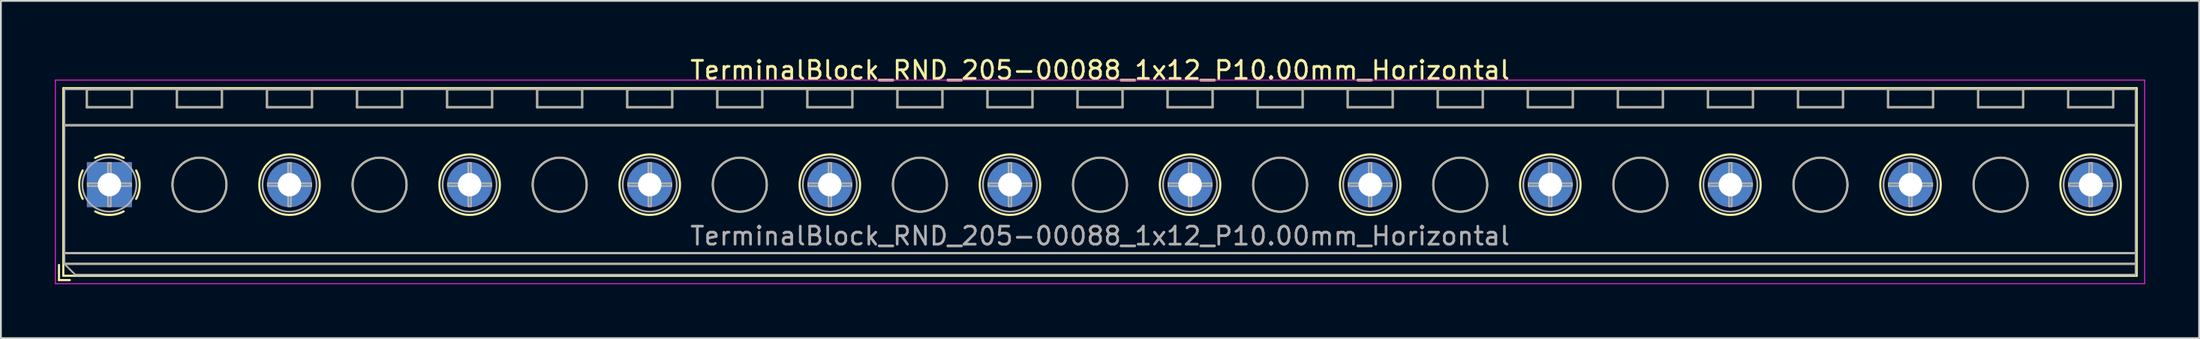
<source format=kicad_pcb>
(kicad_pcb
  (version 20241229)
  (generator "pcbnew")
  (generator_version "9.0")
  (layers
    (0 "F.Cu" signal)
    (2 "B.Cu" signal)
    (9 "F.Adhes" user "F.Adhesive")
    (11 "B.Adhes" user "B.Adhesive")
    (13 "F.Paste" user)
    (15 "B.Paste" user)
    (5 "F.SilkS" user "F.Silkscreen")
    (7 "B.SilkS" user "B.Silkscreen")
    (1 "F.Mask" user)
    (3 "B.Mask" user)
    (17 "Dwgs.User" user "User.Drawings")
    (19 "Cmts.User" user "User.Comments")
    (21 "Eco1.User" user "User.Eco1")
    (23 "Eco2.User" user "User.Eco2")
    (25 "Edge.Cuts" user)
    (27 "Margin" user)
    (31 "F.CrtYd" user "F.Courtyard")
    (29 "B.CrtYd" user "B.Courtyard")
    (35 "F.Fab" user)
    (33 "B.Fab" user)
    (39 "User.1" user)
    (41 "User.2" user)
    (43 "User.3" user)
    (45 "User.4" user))
  (footprint "TerminalBlock_RND_205-00088_1x12_P10.00mm_Horizontal"
    (layer "F.Cu")
    (at 3.025 7.208)
    (property "Reference" "TerminalBlock_RND_205-00088_1x12_P10.00mm_Horizontal" (at 55 -6.36 0) (layer "F.SilkS") (effects (font (size 1 1) (thickness 0.15))))
    (attr through_hole)
    (fp_line (start -2.8 4.46) (end -2.8 5.3) (stroke (width 0.12) (type solid)) (layer "F.SilkS"))
    (fp_line (start -2.8 5.3) (end -2.2 5.3) (stroke (width 0.12) (type solid)) (layer "F.SilkS"))
    (fp_line (start -2.56 -5.36) (end -2.56 5.06) (stroke (width 0.12) (type solid)) (layer "F.SilkS"))
    (fp_line (start -2.56 -5.36) (end 112.56 -5.36) (stroke (width 0.12) (type solid)) (layer "F.SilkS"))
    (fp_line (start -2.56 -3.301) (end 112.56 -3.301) (stroke (width 0.12) (type solid)) (layer "F.SilkS"))
    (fp_line (start -2.56 3.8) (end 112.56 3.8) (stroke (width 0.12) (type solid)) (layer "F.SilkS"))
    (fp_line (start -2.56 4.4) (end 112.56 4.4) (stroke (width 0.12) (type solid)) (layer "F.SilkS"))
    (fp_line (start -2.56 5.06) (end 112.56 5.06) (stroke (width 0.12) (type solid)) (layer "F.SilkS"))
    (fp_line (start -1.25 -5.301) (end -1.25 -4.301) (stroke (width 0.12) (type solid)) (layer "F.SilkS"))
    (fp_line (start -1.25 -5.301) (end 1.25 -5.301) (stroke (width 0.12) (type solid)) (layer "F.SilkS"))
    (fp_line (start -1.25 -4.301) (end 1.25 -4.301) (stroke (width 0.12) (type solid)) (layer "F.SilkS"))
    (fp_line (start 1.25 -5.301) (end 1.25 -4.301) (stroke (width 0.12) (type solid)) (layer "F.SilkS"))
    (fp_line (start 3.75 -5.301) (end 3.75 -4.301) (stroke (width 0.12) (type solid)) (layer "F.SilkS"))
    (fp_line (start 3.75 -5.301) (end 6.25 -5.301) (stroke (width 0.12) (type solid)) (layer "F.SilkS"))
    (fp_line (start 3.75 -4.301) (end 6.25 -4.301) (stroke (width 0.12) (type solid)) (layer "F.SilkS"))
    (fp_line (start 6.25 -5.301) (end 6.25 -4.301) (stroke (width 0.12) (type solid)) (layer "F.SilkS"))
    (fp_line (start 8.75 -5.301) (end 8.75 -4.301) (stroke (width 0.12) (type solid)) (layer "F.SilkS"))
    (fp_line (start 8.75 -5.301) (end 11.25 -5.301) (stroke (width 0.12) (type solid)) (layer "F.SilkS"))
    (fp_line (start 8.75 -4.301) (end 11.25 -4.301) (stroke (width 0.12) (type solid)) (layer "F.SilkS"))
    (fp_line (start 11.25 -5.301) (end 11.25 -4.301) (stroke (width 0.12) (type solid)) (layer "F.SilkS"))
    (fp_line (start 13.75 -5.301) (end 13.75 -4.301) (stroke (width 0.12) (type solid)) (layer "F.SilkS"))
    (fp_line (start 13.75 -5.301) (end 16.25 -5.301) (stroke (width 0.12) (type solid)) (layer "F.SilkS"))
    (fp_line (start 13.75 -4.301) (end 16.25 -4.301) (stroke (width 0.12) (type solid)) (layer "F.SilkS"))
    (fp_line (start 16.25 -5.301) (end 16.25 -4.301) (stroke (width 0.12) (type solid)) (layer "F.SilkS"))
    (fp_line (start 18.75 -5.301) (end 18.75 -4.301) (stroke (width 0.12) (type solid)) (layer "F.SilkS"))
    (fp_line (start 18.75 -5.301) (end 21.25 -5.301) (stroke (width 0.12) (type solid)) (layer "F.SilkS"))
    (fp_line (start 18.75 -4.301) (end 21.25 -4.301) (stroke (width 0.12) (type solid)) (layer "F.SilkS"))
    (fp_line (start 21.25 -5.301) (end 21.25 -4.301) (stroke (width 0.12) (type solid)) (layer "F.SilkS"))
    (fp_line (start 23.75 -5.301) (end 23.75 -4.301) (stroke (width 0.12) (type solid)) (layer "F.SilkS"))
    (fp_line (start 23.75 -5.301) (end 26.25 -5.301) (stroke (width 0.12) (type solid)) (layer "F.SilkS"))
    (fp_line (start 23.75 -4.301) (end 26.25 -4.301) (stroke (width 0.12) (type solid)) (layer "F.SilkS"))
    (fp_line (start 26.25 -5.301) (end 26.25 -4.301) (stroke (width 0.12) (type solid)) (layer "F.SilkS"))
    (fp_line (start 28.75 -5.301) (end 28.75 -4.301) (stroke (width 0.12) (type solid)) (layer "F.SilkS"))
    (fp_line (start 28.75 -5.301) (end 31.25 -5.301) (stroke (width 0.12) (type solid)) (layer "F.SilkS"))
    (fp_line (start 28.75 -4.301) (end 31.25 -4.301) (stroke (width 0.12) (type solid)) (layer "F.SilkS"))
    (fp_line (start 31.25 -5.301) (end 31.25 -4.301) (stroke (width 0.12) (type solid)) (layer "F.SilkS"))
    (fp_line (start 33.75 -5.301) (end 33.75 -4.301) (stroke (width 0.12) (type solid)) (layer "F.SilkS"))
    (fp_line (start 33.75 -5.301) (end 36.25 -5.301) (stroke (width 0.12) (type solid)) (layer "F.SilkS"))
    (fp_line (start 33.75 -4.301) (end 36.25 -4.301) (stroke (width 0.12) (type solid)) (layer "F.SilkS"))
    (fp_line (start 36.25 -5.301) (end 36.25 -4.301) (stroke (width 0.12) (type solid)) (layer "F.SilkS"))
    (fp_line (start 38.75 -5.301) (end 38.75 -4.301) (stroke (width 0.12) (type solid)) (layer "F.SilkS"))
    (fp_line (start 38.75 -5.301) (end 41.25 -5.301) (stroke (width 0.12) (type solid)) (layer "F.SilkS"))
    (fp_line (start 38.75 -4.301) (end 41.25 -4.301) (stroke (width 0.12) (type solid)) (layer "F.SilkS"))
    (fp_line (start 41.25 -5.301) (end 41.25 -4.301) (stroke (width 0.12) (type solid)) (layer "F.SilkS"))
    (fp_line (start 43.75 -5.301) (end 43.75 -4.301) (stroke (width 0.12) (type solid)) (layer "F.SilkS"))
    (fp_line (start 43.75 -5.301) (end 46.25 -5.301) (stroke (width 0.12) (type solid)) (layer "F.SilkS"))
    (fp_line (start 43.75 -4.301) (end 46.25 -4.301) (stroke (width 0.12) (type solid)) (layer "F.SilkS"))
    (fp_line (start 46.25 -5.301) (end 46.25 -4.301) (stroke (width 0.12) (type solid)) (layer "F.SilkS"))
    (fp_line (start 48.75 -5.301) (end 48.75 -4.301) (stroke (width 0.12) (type solid)) (layer "F.SilkS"))
    (fp_line (start 48.75 -5.301) (end 51.25 -5.301) (stroke (width 0.12) (type solid)) (layer "F.SilkS"))
    (fp_line (start 48.75 -4.301) (end 51.25 -4.301) (stroke (width 0.12) (type solid)) (layer "F.SilkS"))
    (fp_line (start 51.25 -5.301) (end 51.25 -4.301) (stroke (width 0.12) (type solid)) (layer "F.SilkS"))
    (fp_line (start 53.75 -5.301) (end 53.75 -4.301) (stroke (width 0.12) (type solid)) (layer "F.SilkS"))
    (fp_line (start 53.75 -5.301) (end 56.25 -5.301) (stroke (width 0.12) (type solid)) (layer "F.SilkS"))
    (fp_line (start 53.75 -4.301) (end 56.25 -4.301) (stroke (width 0.12) (type solid)) (layer "F.SilkS"))
    (fp_line (start 56.25 -5.301) (end 56.25 -4.301) (stroke (width 0.12) (type solid)) (layer "F.SilkS"))
    (fp_line (start 58.75 -5.301) (end 58.75 -4.301) (stroke (width 0.12) (type solid)) (layer "F.SilkS"))
    (fp_line (start 58.75 -5.301) (end 61.25 -5.301) (stroke (width 0.12) (type solid)) (layer "F.SilkS"))
    (fp_line (start 58.75 -4.301) (end 61.25 -4.301) (stroke (width 0.12) (type solid)) (layer "F.SilkS"))
    (fp_line (start 61.25 -5.301) (end 61.25 -4.301) (stroke (width 0.12) (type solid)) (layer "F.SilkS"))
    (fp_line (start 63.75 -5.301) (end 63.75 -4.301) (stroke (width 0.12) (type solid)) (layer "F.SilkS"))
    (fp_line (start 63.75 -5.301) (end 66.25 -5.301) (stroke (width 0.12) (type solid)) (layer "F.SilkS"))
    (fp_line (start 63.75 -4.301) (end 66.25 -4.301) (stroke (width 0.12) (type solid)) (layer "F.SilkS"))
    (fp_line (start 66.25 -5.301) (end 66.25 -4.301) (stroke (width 0.12) (type solid)) (layer "F.SilkS"))
    (fp_line (start 68.75 -5.301) (end 68.75 -4.301) (stroke (width 0.12) (type solid)) (layer "F.SilkS"))
    (fp_line (start 68.75 -5.301) (end 71.25 -5.301) (stroke (width 0.12) (type solid)) (layer "F.SilkS"))
    (fp_line (start 68.75 -4.301) (end 71.25 -4.301) (stroke (width 0.12) (type solid)) (layer "F.SilkS"))
    (fp_line (start 71.25 -5.301) (end 71.25 -4.301) (stroke (width 0.12) (type solid)) (layer "F.SilkS"))
    (fp_line (start 73.75 -5.301) (end 73.75 -4.301) (stroke (width 0.12) (type solid)) (layer "F.SilkS"))
    (fp_line (start 73.75 -5.301) (end 76.25 -5.301) (stroke (width 0.12) (type solid)) (layer "F.SilkS"))
    (fp_line (start 73.75 -4.301) (end 76.25 -4.301) (stroke (width 0.12) (type solid)) (layer "F.SilkS"))
    (fp_line (start 76.25 -5.301) (end 76.25 -4.301) (stroke (width 0.12) (type solid)) (layer "F.SilkS"))
    (fp_line (start 78.75 -5.301) (end 78.75 -4.301) (stroke (width 0.12) (type solid)) (layer "F.SilkS"))
    (fp_line (start 78.75 -5.301) (end 81.25 -5.301) (stroke (width 0.12) (type solid)) (layer "F.SilkS"))
    (fp_line (start 78.75 -4.301) (end 81.25 -4.301) (stroke (width 0.12) (type solid)) (layer "F.SilkS"))
    (fp_line (start 81.25 -5.301) (end 81.25 -4.301) (stroke (width 0.12) (type solid)) (layer "F.SilkS"))
    (fp_line (start 83.75 -5.301) (end 83.75 -4.301) (stroke (width 0.12) (type solid)) (layer "F.SilkS"))
    (fp_line (start 83.75 -5.301) (end 86.25 -5.301) (stroke (width 0.12) (type solid)) (layer "F.SilkS"))
    (fp_line (start 83.75 -4.301) (end 86.25 -4.301) (stroke (width 0.12) (type solid)) (layer "F.SilkS"))
    (fp_line (start 86.25 -5.301) (end 86.25 -4.301) (stroke (width 0.12) (type solid)) (layer "F.SilkS"))
    (fp_line (start 88.75 -5.301) (end 88.75 -4.301) (stroke (width 0.12) (type solid)) (layer "F.SilkS"))
    (fp_line (start 88.75 -5.301) (end 91.25 -5.301) (stroke (width 0.12) (type solid)) (layer "F.SilkS"))
    (fp_line (start 88.75 -4.301) (end 91.25 -4.301) (stroke (width 0.12) (type solid)) (layer "F.SilkS"))
    (fp_line (start 91.25 -5.301) (end 91.25 -4.301) (stroke (width 0.12) (type solid)) (layer "F.SilkS"))
    (fp_line (start 93.75 -5.301) (end 93.75 -4.301) (stroke (width 0.12) (type solid)) (layer "F.SilkS"))
    (fp_line (start 93.75 -5.301) (end 96.25 -5.301) (stroke (width 0.12) (type solid)) (layer "F.SilkS"))
    (fp_line (start 93.75 -4.301) (end 96.25 -4.301) (stroke (width 0.12) (type solid)) (layer "F.SilkS"))
    (fp_line (start 96.25 -5.301) (end 96.25 -4.301) (stroke (width 0.12) (type solid)) (layer "F.SilkS"))
    (fp_line (start 98.75 -5.301) (end 98.75 -4.301) (stroke (width 0.12) (type solid)) (layer "F.SilkS"))
    (fp_line (start 98.75 -5.301) (end 101.25 -5.301) (stroke (width 0.12) (type solid)) (layer "F.SilkS"))
    (fp_line (start 98.75 -4.301) (end 101.25 -4.301) (stroke (width 0.12) (type solid)) (layer "F.SilkS"))
    (fp_line (start 101.25 -5.301) (end 101.25 -4.301) (stroke (width 0.12) (type solid)) (layer "F.SilkS"))
    (fp_line (start 103.75 -5.301) (end 103.75 -4.301) (stroke (width 0.12) (type solid)) (layer "F.SilkS"))
    (fp_line (start 103.75 -5.301) (end 106.25 -5.301) (stroke (width 0.12) (type solid)) (layer "F.SilkS"))
    (fp_line (start 103.75 -4.301) (end 106.25 -4.301) (stroke (width 0.12) (type solid)) (layer "F.SilkS"))
    (fp_line (start 106.25 -5.301) (end 106.25 -4.301) (stroke (width 0.12) (type solid)) (layer "F.SilkS"))
    (fp_line (start 108.75 -5.301) (end 108.75 -4.301) (stroke (width 0.12) (type solid)) (layer "F.SilkS"))
    (fp_line (start 108.75 -5.301) (end 111.25 -5.301) (stroke (width 0.12) (type solid)) (layer "F.SilkS"))
    (fp_line (start 108.75 -4.301) (end 111.25 -4.301) (stroke (width 0.12) (type solid)) (layer "F.SilkS"))
    (fp_line (start 111.25 -5.301) (end 111.25 -4.301) (stroke (width 0.12) (type solid)) (layer "F.SilkS"))
    (fp_line (start 112.56 -5.36) (end 112.56 5.06) (stroke (width 0.12) (type solid)) (layer "F.SilkS"))
    (fp_arc (start -1.483953 0.789089) (mid -1.680708 0.00005) (end -1.484 -0.789) (stroke (width 0.12) (type solid)) (layer "F.SilkS"))
    (fp_arc (start -0.789089 -1.483953) (mid -0.00005 -1.680708) (end 0.789 -1.484) (stroke (width 0.12) (type solid)) (layer "F.SilkS"))
    (fp_arc (start 0.029383 1.68045) (mid -0.392304 1.634281) (end -0.789 1.484) (stroke (width 0.12) (type solid)) (layer "F.SilkS"))
    (fp_arc (start 0.788712 1.483352) (mid 0.406429 1.630097) (end 0 1.68) (stroke (width 0.12) (type solid)) (layer "F.SilkS"))
    (fp_arc (start 1.483953 -0.789089) (mid 1.680708 -0.00005) (end 1.484 0.789) (stroke (width 0.12) (type solid)) (layer "F.SilkS"))
    (fp_circle (center 5 0) (end 6.5 0) (stroke (width 0.12) (type solid)) (fill no) (layer "F.SilkS"))
    (fp_circle (center 10 0) (end 11.68 0) (stroke (width 0.12) (type solid)) (fill no) (layer "F.SilkS"))
    (fp_circle (center 15 0) (end 16.5 0) (stroke (width 0.12) (type solid)) (fill no) (layer "F.SilkS"))
    (fp_circle (center 20 0) (end 21.68 0) (stroke (width 0.12) (type solid)) (fill no) (layer "F.SilkS"))
    (fp_circle (center 25 0) (end 26.5 0) (stroke (width 0.12) (type solid)) (fill no) (layer "F.SilkS"))
    (fp_circle (center 30 0) (end 31.68 0) (stroke (width 0.12) (type solid)) (fill no) (layer "F.SilkS"))
    (fp_circle (center 35 0) (end 36.5 0) (stroke (width 0.12) (type solid)) (fill no) (layer "F.SilkS"))
    (fp_circle (center 40 0) (end 41.68 0) (stroke (width 0.12) (type solid)) (fill no) (layer "F.SilkS"))
    (fp_circle (center 45 0) (end 46.5 0) (stroke (width 0.12) (type solid)) (fill no) (layer "F.SilkS"))
    (fp_circle (center 50 0) (end 51.68 0) (stroke (width 0.12) (type solid)) (fill no) (layer "F.SilkS"))
    (fp_circle (center 55 0) (end 56.5 0) (stroke (width 0.12) (type solid)) (fill no) (layer "F.SilkS"))
    (fp_circle (center 60 0) (end 61.68 0) (stroke (width 0.12) (type solid)) (fill no) (layer "F.SilkS"))
    (fp_circle (center 65 0) (end 66.5 0) (stroke (width 0.12) (type solid)) (fill no) (layer "F.SilkS"))
    (fp_circle (center 70 0) (end 71.68 0) (stroke (width 0.12) (type solid)) (fill no) (layer "F.SilkS"))
    (fp_circle (center 75 0) (end 76.5 0) (stroke (width 0.12) (type solid)) (fill no) (layer "F.SilkS"))
    (fp_circle (center 80 0) (end 81.68 0) (stroke (width 0.12) (type solid)) (fill no) (layer "F.SilkS"))
    (fp_circle (center 85 0) (end 86.5 0) (stroke (width 0.12) (type solid)) (fill no) (layer "F.SilkS"))
    (fp_circle (center 90 0) (end 91.68 0) (stroke (width 0.12) (type solid)) (fill no) (layer "F.SilkS"))
    (fp_circle (center 95 0) (end 96.5 0) (stroke (width 0.12) (type solid)) (fill no) (layer "F.SilkS"))
    (fp_circle (center 100 0) (end 101.68 0) (stroke (width 0.12) (type solid)) (fill no) (layer "F.SilkS"))
    (fp_circle (center 105 0) (end 106.5 0) (stroke (width 0.12) (type solid)) (fill no) (layer "F.SilkS"))
    (fp_circle (center 110 0) (end 111.68 0) (stroke (width 0.12) (type solid)) (fill no) (layer "F.SilkS"))
    (fp_line (start -3 -5.81) (end -3 5.5) (stroke (width 0.05) (type solid)) (layer "F.CrtYd"))
    (fp_line (start -3 5.5) (end 113 5.5) (stroke (width 0.05) (type solid)) (layer "F.CrtYd"))
    (fp_line (start 113 -5.81) (end -3 -5.81) (stroke (width 0.05) (type solid)) (layer "F.CrtYd"))
    (fp_line (start 113 5.5) (end 113 -5.81) (stroke (width 0.05) (type solid)) (layer "F.CrtYd"))
    (fp_line (start -2.5 -5.3) (end 112.5 -5.3) (stroke (width 0.1) (type solid)) (layer "F.Fab"))
    (fp_line (start -2.5 -3.3) (end 112.5 -3.3) (stroke (width 0.1) (type solid)) (layer "F.Fab"))
    (fp_line (start -2.5 3.8) (end 112.5 3.8) (stroke (width 0.1) (type solid)) (layer "F.Fab"))
    (fp_line (start -2.5 4.4) (end -2.5 -5.3) (stroke (width 0.1) (type solid)) (layer "F.Fab"))
    (fp_line (start -2.5 4.4) (end 112.5 4.4) (stroke (width 0.1) (type solid)) (layer "F.Fab"))
    (fp_line (start -1.9 5) (end -2.5 4.4) (stroke (width 0.1) (type solid)) (layer "F.Fab"))
    (fp_line (start -1.25 -5.3) (end -1.25 -4.3) (stroke (width 0.1) (type solid)) (layer "F.Fab"))
    (fp_line (start -1.25 -4.3) (end 1.25 -4.3) (stroke (width 0.1) (type solid)) (layer "F.Fab"))
    (fp_line (start -1.201 -0.076) (end -0.076 -0.076) (stroke (width 0.1) (type solid)) (layer "F.Fab"))
    (fp_line (start -1.201 0.076) (end -1.201 -0.076) (stroke (width 0.1) (type solid)) (layer "F.Fab"))
    (fp_line (start -0.076 -1.201) (end 0.076 -1.201) (stroke (width 0.1) (type solid)) (layer "F.Fab"))
    (fp_line (start -0.076 -0.076) (end -0.076 -1.201) (stroke (width 0.1) (type solid)) (layer "F.Fab"))
    (fp_line (start -0.076 0.076) (end -1.201 0.076) (stroke (width 0.1) (type solid)) (layer "F.Fab"))
    (fp_line (start -0.076 1.201) (end -0.076 0.076) (stroke (width 0.1) (type solid)) (layer "F.Fab"))
    (fp_line (start 0.076 -1.201) (end 0.076 -0.076) (stroke (width 0.1) (type solid)) (layer "F.Fab"))
    (fp_line (start 0.076 -0.076) (end 1.201 -0.076) (stroke (width 0.1) (type solid)) (layer "F.Fab"))
    (fp_line (start 0.076 0.076) (end 0.076 1.201) (stroke (width 0.1) (type solid)) (layer "F.Fab"))
    (fp_line (start 0.076 1.201) (end -0.076 1.201) (stroke (width 0.1) (type solid)) (layer "F.Fab"))
    (fp_line (start 1.201 -0.076) (end 1.201 0.076) (stroke (width 0.1) (type solid)) (layer "F.Fab"))
    (fp_line (start 1.201 0.076) (end 0.076 0.076) (stroke (width 0.1) (type solid)) (layer "F.Fab"))
    (fp_line (start 1.25 -5.3) (end -1.25 -5.3) (stroke (width 0.1) (type solid)) (layer "F.Fab"))
    (fp_line (start 1.25 -4.3) (end 1.25 -5.3) (stroke (width 0.1) (type solid)) (layer "F.Fab"))
    (fp_line (start 3.75 -5.3) (end 3.75 -4.3) (stroke (width 0.1) (type solid)) (layer "F.Fab"))
    (fp_line (start 3.75 -4.3) (end 6.25 -4.3) (stroke (width 0.1) (type solid)) (layer "F.Fab"))
    (fp_line (start 6.25 -5.3) (end 3.75 -5.3) (stroke (width 0.1) (type solid)) (layer "F.Fab"))
    (fp_line (start 6.25 -4.3) (end 6.25 -5.3) (stroke (width 0.1) (type solid)) (layer "F.Fab"))
    (fp_line (start 8.75 -5.3) (end 8.75 -4.3) (stroke (width 0.1) (type solid)) (layer "F.Fab"))
    (fp_line (start 8.75 -4.3) (end 11.25 -4.3) (stroke (width 0.1) (type solid)) (layer "F.Fab"))
    (fp_line (start 8.799 -0.076) (end 9.924 -0.076) (stroke (width 0.1) (type solid)) (layer "F.Fab"))
    (fp_line (start 8.799 0.076) (end 8.799 -0.076) (stroke (width 0.1) (type solid)) (layer "F.Fab"))
    (fp_line (start 9.924 -1.201) (end 10.076 -1.201) (stroke (width 0.1) (type solid)) (layer "F.Fab"))
    (fp_line (start 9.924 -0.076) (end 9.924 -1.201) (stroke (width 0.1) (type solid)) (layer "F.Fab"))
    (fp_line (start 9.924 0.076) (end 8.799 0.076) (stroke (width 0.1) (type solid)) (layer "F.Fab"))
    (fp_line (start 9.924 1.201) (end 9.924 0.076) (stroke (width 0.1) (type solid)) (layer "F.Fab"))
    (fp_line (start 10.076 -1.201) (end 10.076 -0.076) (stroke (width 0.1) (type solid)) (layer "F.Fab"))
    (fp_line (start 10.076 -0.076) (end 11.201 -0.076) (stroke (width 0.1) (type solid)) (layer "F.Fab"))
    (fp_line (start 10.076 0.076) (end 10.076 1.201) (stroke (width 0.1) (type solid)) (layer "F.Fab"))
    (fp_line (start 10.076 1.201) (end 9.924 1.201) (stroke (width 0.1) (type solid)) (layer "F.Fab"))
    (fp_line (start 11.201 -0.076) (end 11.201 0.076) (stroke (width 0.1) (type solid)) (layer "F.Fab"))
    (fp_line (start 11.201 0.076) (end 10.076 0.076) (stroke (width 0.1) (type solid)) (layer "F.Fab"))
    (fp_line (start 11.25 -5.3) (end 8.75 -5.3) (stroke (width 0.1) (type solid)) (layer "F.Fab"))
    (fp_line (start 11.25 -4.3) (end 11.25 -5.3) (stroke (width 0.1) (type solid)) (layer "F.Fab"))
    (fp_line (start 13.75 -5.3) (end 13.75 -4.3) (stroke (width 0.1) (type solid)) (layer "F.Fab"))
    (fp_line (start 13.75 -4.3) (end 16.25 -4.3) (stroke (width 0.1) (type solid)) (layer "F.Fab"))
    (fp_line (start 16.25 -5.3) (end 13.75 -5.3) (stroke (width 0.1) (type solid)) (layer "F.Fab"))
    (fp_line (start 16.25 -4.3) (end 16.25 -5.3) (stroke (width 0.1) (type solid)) (layer "F.Fab"))
    (fp_line (start 18.75 -5.3) (end 18.75 -4.3) (stroke (width 0.1) (type solid)) (layer "F.Fab"))
    (fp_line (start 18.75 -4.3) (end 21.25 -4.3) (stroke (width 0.1) (type solid)) (layer "F.Fab"))
    (fp_line (start 18.799 -0.076) (end 19.924 -0.076) (stroke (width 0.1) (type solid)) (layer "F.Fab"))
    (fp_line (start 18.799 0.076) (end 18.799 -0.076) (stroke (width 0.1) (type solid)) (layer "F.Fab"))
    (fp_line (start 19.924 -1.201) (end 20.076 -1.201) (stroke (width 0.1) (type solid)) (layer "F.Fab"))
    (fp_line (start 19.924 -0.076) (end 19.924 -1.201) (stroke (width 0.1) (type solid)) (layer "F.Fab"))
    (fp_line (start 19.924 0.076) (end 18.799 0.076) (stroke (width 0.1) (type solid)) (layer "F.Fab"))
    (fp_line (start 19.924 1.201) (end 19.924 0.076) (stroke (width 0.1) (type solid)) (layer "F.Fab"))
    (fp_line (start 20.076 -1.201) (end 20.076 -0.076) (stroke (width 0.1) (type solid)) (layer "F.Fab"))
    (fp_line (start 20.076 -0.076) (end 21.201 -0.076) (stroke (width 0.1) (type solid)) (layer "F.Fab"))
    (fp_line (start 20.076 0.076) (end 20.076 1.201) (stroke (width 0.1) (type solid)) (layer "F.Fab"))
    (fp_line (start 20.076 1.201) (end 19.924 1.201) (stroke (width 0.1) (type solid)) (layer "F.Fab"))
    (fp_line (start 21.201 -0.076) (end 21.201 0.076) (stroke (width 0.1) (type solid)) (layer "F.Fab"))
    (fp_line (start 21.201 0.076) (end 20.076 0.076) (stroke (width 0.1) (type solid)) (layer "F.Fab"))
    (fp_line (start 21.25 -5.3) (end 18.75 -5.3) (stroke (width 0.1) (type solid)) (layer "F.Fab"))
    (fp_line (start 21.25 -4.3) (end 21.25 -5.3) (stroke (width 0.1) (type solid)) (layer "F.Fab"))
    (fp_line (start 23.75 -5.3) (end 23.75 -4.3) (stroke (width 0.1) (type solid)) (layer "F.Fab"))
    (fp_line (start 23.75 -4.3) (end 26.25 -4.3) (stroke (width 0.1) (type solid)) (layer "F.Fab"))
    (fp_line (start 26.25 -5.3) (end 23.75 -5.3) (stroke (width 0.1) (type solid)) (layer "F.Fab"))
    (fp_line (start 26.25 -4.3) (end 26.25 -5.3) (stroke (width 0.1) (type solid)) (layer "F.Fab"))
    (fp_line (start 28.75 -5.3) (end 28.75 -4.3) (stroke (width 0.1) (type solid)) (layer "F.Fab"))
    (fp_line (start 28.75 -4.3) (end 31.25 -4.3) (stroke (width 0.1) (type solid)) (layer "F.Fab"))
    (fp_line (start 28.799 -0.076) (end 29.924 -0.076) (stroke (width 0.1) (type solid)) (layer "F.Fab"))
    (fp_line (start 28.799 0.076) (end 28.799 -0.076) (stroke (width 0.1) (type solid)) (layer "F.Fab"))
    (fp_line (start 29.924 -1.201) (end 30.076 -1.201) (stroke (width 0.1) (type solid)) (layer "F.Fab"))
    (fp_line (start 29.924 -0.076) (end 29.924 -1.201) (stroke (width 0.1) (type solid)) (layer "F.Fab"))
    (fp_line (start 29.924 0.076) (end 28.799 0.076) (stroke (width 0.1) (type solid)) (layer "F.Fab"))
    (fp_line (start 29.924 1.201) (end 29.924 0.076) (stroke (width 0.1) (type solid)) (layer "F.Fab"))
    (fp_line (start 30.076 -1.201) (end 30.076 -0.076) (stroke (width 0.1) (type solid)) (layer "F.Fab"))
    (fp_line (start 30.076 -0.076) (end 31.201 -0.076) (stroke (width 0.1) (type solid)) (layer "F.Fab"))
    (fp_line (start 30.076 0.076) (end 30.076 1.201) (stroke (width 0.1) (type solid)) (layer "F.Fab"))
    (fp_line (start 30.076 1.201) (end 29.924 1.201) (stroke (width 0.1) (type solid)) (layer "F.Fab"))
    (fp_line (start 31.201 -0.076) (end 31.201 0.076) (stroke (width 0.1) (type solid)) (layer "F.Fab"))
    (fp_line (start 31.201 0.076) (end 30.076 0.076) (stroke (width 0.1) (type solid)) (layer "F.Fab"))
    (fp_line (start 31.25 -5.3) (end 28.75 -5.3) (stroke (width 0.1) (type solid)) (layer "F.Fab"))
    (fp_line (start 31.25 -4.3) (end 31.25 -5.3) (stroke (width 0.1) (type solid)) (layer "F.Fab"))
    (fp_line (start 33.75 -5.3) (end 33.75 -4.3) (stroke (width 0.1) (type solid)) (layer "F.Fab"))
    (fp_line (start 33.75 -4.3) (end 36.25 -4.3) (stroke (width 0.1) (type solid)) (layer "F.Fab"))
    (fp_line (start 36.25 -5.3) (end 33.75 -5.3) (stroke (width 0.1) (type solid)) (layer "F.Fab"))
    (fp_line (start 36.25 -4.3) (end 36.25 -5.3) (stroke (width 0.1) (type solid)) (layer "F.Fab"))
    (fp_line (start 38.75 -5.3) (end 38.75 -4.3) (stroke (width 0.1) (type solid)) (layer "F.Fab"))
    (fp_line (start 38.75 -4.3) (end 41.25 -4.3) (stroke (width 0.1) (type solid)) (layer "F.Fab"))
    (fp_line (start 38.799 -0.076) (end 39.924 -0.076) (stroke (width 0.1) (type solid)) (layer "F.Fab"))
    (fp_line (start 38.799 0.076) (end 38.799 -0.076) (stroke (width 0.1) (type solid)) (layer "F.Fab"))
    (fp_line (start 39.924 -1.201) (end 40.076 -1.201) (stroke (width 0.1) (type solid)) (layer "F.Fab"))
    (fp_line (start 39.924 -0.076) (end 39.924 -1.201) (stroke (width 0.1) (type solid)) (layer "F.Fab"))
    (fp_line (start 39.924 0.076) (end 38.799 0.076) (stroke (width 0.1) (type solid)) (layer "F.Fab"))
    (fp_line (start 39.924 1.201) (end 39.924 0.076) (stroke (width 0.1) (type solid)) (layer "F.Fab"))
    (fp_line (start 40.076 -1.201) (end 40.076 -0.076) (stroke (width 0.1) (type solid)) (layer "F.Fab"))
    (fp_line (start 40.076 -0.076) (end 41.201 -0.076) (stroke (width 0.1) (type solid)) (layer "F.Fab"))
    (fp_line (start 40.076 0.076) (end 40.076 1.201) (stroke (width 0.1) (type solid)) (layer "F.Fab"))
    (fp_line (start 40.076 1.201) (end 39.924 1.201) (stroke (width 0.1) (type solid)) (layer "F.Fab"))
    (fp_line (start 41.201 -0.076) (end 41.201 0.076) (stroke (width 0.1) (type solid)) (layer "F.Fab"))
    (fp_line (start 41.201 0.076) (end 40.076 0.076) (stroke (width 0.1) (type solid)) (layer "F.Fab"))
    (fp_line (start 41.25 -5.3) (end 38.75 -5.3) (stroke (width 0.1) (type solid)) (layer "F.Fab"))
    (fp_line (start 41.25 -4.3) (end 41.25 -5.3) (stroke (width 0.1) (type solid)) (layer "F.Fab"))
    (fp_line (start 43.75 -5.3) (end 43.75 -4.3) (stroke (width 0.1) (type solid)) (layer "F.Fab"))
    (fp_line (start 43.75 -4.3) (end 46.25 -4.3) (stroke (width 0.1) (type solid)) (layer "F.Fab"))
    (fp_line (start 46.25 -5.3) (end 43.75 -5.3) (stroke (width 0.1) (type solid)) (layer "F.Fab"))
    (fp_line (start 46.25 -4.3) (end 46.25 -5.3) (stroke (width 0.1) (type solid)) (layer "F.Fab"))
    (fp_line (start 48.75 -5.3) (end 48.75 -4.3) (stroke (width 0.1) (type solid)) (layer "F.Fab"))
    (fp_line (start 48.75 -4.3) (end 51.25 -4.3) (stroke (width 0.1) (type solid)) (layer "F.Fab"))
    (fp_line (start 48.799 -0.076) (end 49.924 -0.076) (stroke (width 0.1) (type solid)) (layer "F.Fab"))
    (fp_line (start 48.799 0.076) (end 48.799 -0.076) (stroke (width 0.1) (type solid)) (layer "F.Fab"))
    (fp_line (start 49.924 -1.201) (end 50.076 -1.201) (stroke (width 0.1) (type solid)) (layer "F.Fab"))
    (fp_line (start 49.924 -0.076) (end 49.924 -1.201) (stroke (width 0.1) (type solid)) (layer "F.Fab"))
    (fp_line (start 49.924 0.076) (end 48.799 0.076) (stroke (width 0.1) (type solid)) (layer "F.Fab"))
    (fp_line (start 49.924 1.201) (end 49.924 0.076) (stroke (width 0.1) (type solid)) (layer "F.Fab"))
    (fp_line (start 50.076 -1.201) (end 50.076 -0.076) (stroke (width 0.1) (type solid)) (layer "F.Fab"))
    (fp_line (start 50.076 -0.076) (end 51.201 -0.076) (stroke (width 0.1) (type solid)) (layer "F.Fab"))
    (fp_line (start 50.076 0.076) (end 50.076 1.201) (stroke (width 0.1) (type solid)) (layer "F.Fab"))
    (fp_line (start 50.076 1.201) (end 49.924 1.201) (stroke (width 0.1) (type solid)) (layer "F.Fab"))
    (fp_line (start 51.201 -0.076) (end 51.201 0.076) (stroke (width 0.1) (type solid)) (layer "F.Fab"))
    (fp_line (start 51.201 0.076) (end 50.076 0.076) (stroke (width 0.1) (type solid)) (layer "F.Fab"))
    (fp_line (start 51.25 -5.3) (end 48.75 -5.3) (stroke (width 0.1) (type solid)) (layer "F.Fab"))
    (fp_line (start 51.25 -4.3) (end 51.25 -5.3) (stroke (width 0.1) (type solid)) (layer "F.Fab"))
    (fp_line (start 53.75 -5.3) (end 53.75 -4.3) (stroke (width 0.1) (type solid)) (layer "F.Fab"))
    (fp_line (start 53.75 -4.3) (end 56.25 -4.3) (stroke (width 0.1) (type solid)) (layer "F.Fab"))
    (fp_line (start 56.25 -5.3) (end 53.75 -5.3) (stroke (width 0.1) (type solid)) (layer "F.Fab"))
    (fp_line (start 56.25 -4.3) (end 56.25 -5.3) (stroke (width 0.1) (type solid)) (layer "F.Fab"))
    (fp_line (start 58.75 -5.3) (end 58.75 -4.3) (stroke (width 0.1) (type solid)) (layer "F.Fab"))
    (fp_line (start 58.75 -4.3) (end 61.25 -4.3) (stroke (width 0.1) (type solid)) (layer "F.Fab"))
    (fp_line (start 58.799 -0.076) (end 59.924 -0.076) (stroke (width 0.1) (type solid)) (layer "F.Fab"))
    (fp_line (start 58.799 0.076) (end 58.799 -0.076) (stroke (width 0.1) (type solid)) (layer "F.Fab"))
    (fp_line (start 59.924 -1.201) (end 60.076 -1.201) (stroke (width 0.1) (type solid)) (layer "F.Fab"))
    (fp_line (start 59.924 -0.076) (end 59.924 -1.201) (stroke (width 0.1) (type solid)) (layer "F.Fab"))
    (fp_line (start 59.924 0.076) (end 58.799 0.076) (stroke (width 0.1) (type solid)) (layer "F.Fab"))
    (fp_line (start 59.924 1.201) (end 59.924 0.076) (stroke (width 0.1) (type solid)) (layer "F.Fab"))
    (fp_line (start 60.076 -1.201) (end 60.076 -0.076) (stroke (width 0.1) (type solid)) (layer "F.Fab"))
    (fp_line (start 60.076 -0.076) (end 61.201 -0.076) (stroke (width 0.1) (type solid)) (layer "F.Fab"))
    (fp_line (start 60.076 0.076) (end 60.076 1.201) (stroke (width 0.1) (type solid)) (layer "F.Fab"))
    (fp_line (start 60.076 1.201) (end 59.924 1.201) (stroke (width 0.1) (type solid)) (layer "F.Fab"))
    (fp_line (start 61.201 -0.076) (end 61.201 0.076) (stroke (width 0.1) (type solid)) (layer "F.Fab"))
    (fp_line (start 61.201 0.076) (end 60.076 0.076) (stroke (width 0.1) (type solid)) (layer "F.Fab"))
    (fp_line (start 61.25 -5.3) (end 58.75 -5.3) (stroke (width 0.1) (type solid)) (layer "F.Fab"))
    (fp_line (start 61.25 -4.3) (end 61.25 -5.3) (stroke (width 0.1) (type solid)) (layer "F.Fab"))
    (fp_line (start 63.75 -5.3) (end 63.75 -4.3) (stroke (width 0.1) (type solid)) (layer "F.Fab"))
    (fp_line (start 63.75 -4.3) (end 66.25 -4.3) (stroke (width 0.1) (type solid)) (layer "F.Fab"))
    (fp_line (start 66.25 -5.3) (end 63.75 -5.3) (stroke (width 0.1) (type solid)) (layer "F.Fab"))
    (fp_line (start 66.25 -4.3) (end 66.25 -5.3) (stroke (width 0.1) (type solid)) (layer "F.Fab"))
    (fp_line (start 68.75 -5.3) (end 68.75 -4.3) (stroke (width 0.1) (type solid)) (layer "F.Fab"))
    (fp_line (start 68.75 -4.3) (end 71.25 -4.3) (stroke (width 0.1) (type solid)) (layer "F.Fab"))
    (fp_line (start 68.799 -0.076) (end 69.924 -0.076) (stroke (width 0.1) (type solid)) (layer "F.Fab"))
    (fp_line (start 68.799 0.076) (end 68.799 -0.076) (stroke (width 0.1) (type solid)) (layer "F.Fab"))
    (fp_line (start 69.924 -1.201) (end 70.076 -1.201) (stroke (width 0.1) (type solid)) (layer "F.Fab"))
    (fp_line (start 69.924 -0.076) (end 69.924 -1.201) (stroke (width 0.1) (type solid)) (layer "F.Fab"))
    (fp_line (start 69.924 0.076) (end 68.799 0.076) (stroke (width 0.1) (type solid)) (layer "F.Fab"))
    (fp_line (start 69.924 1.201) (end 69.924 0.076) (stroke (width 0.1) (type solid)) (layer "F.Fab"))
    (fp_line (start 70.076 -1.201) (end 70.076 -0.076) (stroke (width 0.1) (type solid)) (layer "F.Fab"))
    (fp_line (start 70.076 -0.076) (end 71.201 -0.076) (stroke (width 0.1) (type solid)) (layer "F.Fab"))
    (fp_line (start 70.076 0.076) (end 70.076 1.201) (stroke (width 0.1) (type solid)) (layer "F.Fab"))
    (fp_line (start 70.076 1.201) (end 69.924 1.201) (stroke (width 0.1) (type solid)) (layer "F.Fab"))
    (fp_line (start 71.201 -0.076) (end 71.201 0.076) (stroke (width 0.1) (type solid)) (layer "F.Fab"))
    (fp_line (start 71.201 0.076) (end 70.076 0.076) (stroke (width 0.1) (type solid)) (layer "F.Fab"))
    (fp_line (start 71.25 -5.3) (end 68.75 -5.3) (stroke (width 0.1) (type solid)) (layer "F.Fab"))
    (fp_line (start 71.25 -4.3) (end 71.25 -5.3) (stroke (width 0.1) (type solid)) (layer "F.Fab"))
    (fp_line (start 73.75 -5.3) (end 73.75 -4.3) (stroke (width 0.1) (type solid)) (layer "F.Fab"))
    (fp_line (start 73.75 -4.3) (end 76.25 -4.3) (stroke (width 0.1) (type solid)) (layer "F.Fab"))
    (fp_line (start 76.25 -5.3) (end 73.75 -5.3) (stroke (width 0.1) (type solid)) (layer "F.Fab"))
    (fp_line (start 76.25 -4.3) (end 76.25 -5.3) (stroke (width 0.1) (type solid)) (layer "F.Fab"))
    (fp_line (start 78.75 -5.3) (end 78.75 -4.3) (stroke (width 0.1) (type solid)) (layer "F.Fab"))
    (fp_line (start 78.75 -4.3) (end 81.25 -4.3) (stroke (width 0.1) (type solid)) (layer "F.Fab"))
    (fp_line (start 78.799 -0.076) (end 79.924 -0.076) (stroke (width 0.1) (type solid)) (layer "F.Fab"))
    (fp_line (start 78.799 0.076) (end 78.799 -0.076) (stroke (width 0.1) (type solid)) (layer "F.Fab"))
    (fp_line (start 79.924 -1.201) (end 80.076 -1.201) (stroke (width 0.1) (type solid)) (layer "F.Fab"))
    (fp_line (start 79.924 -0.076) (end 79.924 -1.201) (stroke (width 0.1) (type solid)) (layer "F.Fab"))
    (fp_line (start 79.924 0.076) (end 78.799 0.076) (stroke (width 0.1) (type solid)) (layer "F.Fab"))
    (fp_line (start 79.924 1.201) (end 79.924 0.076) (stroke (width 0.1) (type solid)) (layer "F.Fab"))
    (fp_line (start 80.076 -1.201) (end 80.076 -0.076) (stroke (width 0.1) (type solid)) (layer "F.Fab"))
    (fp_line (start 80.076 -0.076) (end 81.201 -0.076) (stroke (width 0.1) (type solid)) (layer "F.Fab"))
    (fp_line (start 80.076 0.076) (end 80.076 1.201) (stroke (width 0.1) (type solid)) (layer "F.Fab"))
    (fp_line (start 80.076 1.201) (end 79.924 1.201) (stroke (width 0.1) (type solid)) (layer "F.Fab"))
    (fp_line (start 81.201 -0.076) (end 81.201 0.076) (stroke (width 0.1) (type solid)) (layer "F.Fab"))
    (fp_line (start 81.201 0.076) (end 80.076 0.076) (stroke (width 0.1) (type solid)) (layer "F.Fab"))
    (fp_line (start 81.25 -5.3) (end 78.75 -5.3) (stroke (width 0.1) (type solid)) (layer "F.Fab"))
    (fp_line (start 81.25 -4.3) (end 81.25 -5.3) (stroke (width 0.1) (type solid)) (layer "F.Fab"))
    (fp_line (start 83.75 -5.3) (end 83.75 -4.3) (stroke (width 0.1) (type solid)) (layer "F.Fab"))
    (fp_line (start 83.75 -4.3) (end 86.25 -4.3) (stroke (width 0.1) (type solid)) (layer "F.Fab"))
    (fp_line (start 86.25 -5.3) (end 83.75 -5.3) (stroke (width 0.1) (type solid)) (layer "F.Fab"))
    (fp_line (start 86.25 -4.3) (end 86.25 -5.3) (stroke (width 0.1) (type solid)) (layer "F.Fab"))
    (fp_line (start 88.75 -5.3) (end 88.75 -4.3) (stroke (width 0.1) (type solid)) (layer "F.Fab"))
    (fp_line (start 88.75 -4.3) (end 91.25 -4.3) (stroke (width 0.1) (type solid)) (layer "F.Fab"))
    (fp_line (start 88.799 -0.076) (end 89.924 -0.076) (stroke (width 0.1) (type solid)) (layer "F.Fab"))
    (fp_line (start 88.799 0.076) (end 88.799 -0.076) (stroke (width 0.1) (type solid)) (layer "F.Fab"))
    (fp_line (start 89.924 -1.201) (end 90.076 -1.201) (stroke (width 0.1) (type solid)) (layer "F.Fab"))
    (fp_line (start 89.924 -0.076) (end 89.924 -1.201) (stroke (width 0.1) (type solid)) (layer "F.Fab"))
    (fp_line (start 89.924 0.076) (end 88.799 0.076) (stroke (width 0.1) (type solid)) (layer "F.Fab"))
    (fp_line (start 89.924 1.201) (end 89.924 0.076) (stroke (width 0.1) (type solid)) (layer "F.Fab"))
    (fp_line (start 90.076 -1.201) (end 90.076 -0.076) (stroke (width 0.1) (type solid)) (layer "F.Fab"))
    (fp_line (start 90.076 -0.076) (end 91.201 -0.076) (stroke (width 0.1) (type solid)) (layer "F.Fab"))
    (fp_line (start 90.076 0.076) (end 90.076 1.201) (stroke (width 0.1) (type solid)) (layer "F.Fab"))
    (fp_line (start 90.076 1.201) (end 89.924 1.201) (stroke (width 0.1) (type solid)) (layer "F.Fab"))
    (fp_line (start 91.201 -0.076) (end 91.201 0.076) (stroke (width 0.1) (type solid)) (layer "F.Fab"))
    (fp_line (start 91.201 0.076) (end 90.076 0.076) (stroke (width 0.1) (type solid)) (layer "F.Fab"))
    (fp_line (start 91.25 -5.3) (end 88.75 -5.3) (stroke (width 0.1) (type solid)) (layer "F.Fab"))
    (fp_line (start 91.25 -4.3) (end 91.25 -5.3) (stroke (width 0.1) (type solid)) (layer "F.Fab"))
    (fp_line (start 93.75 -5.3) (end 93.75 -4.3) (stroke (width 0.1) (type solid)) (layer "F.Fab"))
    (fp_line (start 93.75 -4.3) (end 96.25 -4.3) (stroke (width 0.1) (type solid)) (layer "F.Fab"))
    (fp_line (start 96.25 -5.3) (end 93.75 -5.3) (stroke (width 0.1) (type solid)) (layer "F.Fab"))
    (fp_line (start 96.25 -4.3) (end 96.25 -5.3) (stroke (width 0.1) (type solid)) (layer "F.Fab"))
    (fp_line (start 98.75 -5.3) (end 98.75 -4.3) (stroke (width 0.1) (type solid)) (layer "F.Fab"))
    (fp_line (start 98.75 -4.3) (end 101.25 -4.3) (stroke (width 0.1) (type solid)) (layer "F.Fab"))
    (fp_line (start 98.799 -0.076) (end 99.924 -0.076) (stroke (width 0.1) (type solid)) (layer "F.Fab"))
    (fp_line (start 98.799 0.076) (end 98.799 -0.076) (stroke (width 0.1) (type solid)) (layer "F.Fab"))
    (fp_line (start 99.924 -1.201) (end 100.076 -1.201) (stroke (width 0.1) (type solid)) (layer "F.Fab"))
    (fp_line (start 99.924 -0.076) (end 99.924 -1.201) (stroke (width 0.1) (type solid)) (layer "F.Fab"))
    (fp_line (start 99.924 0.076) (end 98.799 0.076) (stroke (width 0.1) (type solid)) (layer "F.Fab"))
    (fp_line (start 99.924 1.201) (end 99.924 0.076) (stroke (width 0.1) (type solid)) (layer "F.Fab"))
    (fp_line (start 100.076 -1.201) (end 100.076 -0.076) (stroke (width 0.1) (type solid)) (layer "F.Fab"))
    (fp_line (start 100.076 -0.076) (end 101.201 -0.076) (stroke (width 0.1) (type solid)) (layer "F.Fab"))
    (fp_line (start 100.076 0.076) (end 100.076 1.201) (stroke (width 0.1) (type solid)) (layer "F.Fab"))
    (fp_line (start 100.076 1.201) (end 99.924 1.201) (stroke (width 0.1) (type solid)) (layer "F.Fab"))
    (fp_line (start 101.201 -0.076) (end 101.201 0.076) (stroke (width 0.1) (type solid)) (layer "F.Fab"))
    (fp_line (start 101.201 0.076) (end 100.076 0.076) (stroke (width 0.1) (type solid)) (layer "F.Fab"))
    (fp_line (start 101.25 -5.3) (end 98.75 -5.3) (stroke (width 0.1) (type solid)) (layer "F.Fab"))
    (fp_line (start 101.25 -4.3) (end 101.25 -5.3) (stroke (width 0.1) (type solid)) (layer "F.Fab"))
    (fp_line (start 103.75 -5.3) (end 103.75 -4.3) (stroke (width 0.1) (type solid)) (layer "F.Fab"))
    (fp_line (start 103.75 -4.3) (end 106.25 -4.3) (stroke (width 0.1) (type solid)) (layer "F.Fab"))
    (fp_line (start 106.25 -5.3) (end 103.75 -5.3) (stroke (width 0.1) (type solid)) (layer "F.Fab"))
    (fp_line (start 106.25 -4.3) (end 106.25 -5.3) (stroke (width 0.1) (type solid)) (layer "F.Fab"))
    (fp_line (start 108.75 -5.3) (end 108.75 -4.3) (stroke (width 0.1) (type solid)) (layer "F.Fab"))
    (fp_line (start 108.75 -4.3) (end 111.25 -4.3) (stroke (width 0.1) (type solid)) (layer "F.Fab"))
    (fp_line (start 108.799 -0.076) (end 109.924 -0.076) (stroke (width 0.1) (type solid)) (layer "F.Fab"))
    (fp_line (start 108.799 0.076) (end 108.799 -0.076) (stroke (width 0.1) (type solid)) (layer "F.Fab"))
    (fp_line (start 109.924 -1.201) (end 110.076 -1.201) (stroke (width 0.1) (type solid)) (layer "F.Fab"))
    (fp_line (start 109.924 -0.076) (end 109.924 -1.201) (stroke (width 0.1) (type solid)) (layer "F.Fab"))
    (fp_line (start 109.924 0.076) (end 108.799 0.076) (stroke (width 0.1) (type solid)) (layer "F.Fab"))
    (fp_line (start 109.924 1.201) (end 109.924 0.076) (stroke (width 0.1) (type solid)) (layer "F.Fab"))
    (fp_line (start 110.076 -1.201) (end 110.076 -0.076) (stroke (width 0.1) (type solid)) (layer "F.Fab"))
    (fp_line (start 110.076 -0.076) (end 111.201 -0.076) (stroke (width 0.1) (type solid)) (layer "F.Fab"))
    (fp_line (start 110.076 0.076) (end 110.076 1.201) (stroke (width 0.1) (type solid)) (layer "F.Fab"))
    (fp_line (start 110.076 1.201) (end 109.924 1.201) (stroke (width 0.1) (type solid)) (layer "F.Fab"))
    (fp_line (start 111.201 -0.076) (end 111.201 0.076) (stroke (width 0.1) (type solid)) (layer "F.Fab"))
    (fp_line (start 111.201 0.076) (end 110.076 0.076) (stroke (width 0.1) (type solid)) (layer "F.Fab"))
    (fp_line (start 111.25 -5.3) (end 108.75 -5.3) (stroke (width 0.1) (type solid)) (layer "F.Fab"))
    (fp_line (start 111.25 -4.3) (end 111.25 -5.3) (stroke (width 0.1) (type solid)) (layer "F.Fab"))
    (fp_line (start 112.5 -5.3) (end 112.5 5) (stroke (width 0.1) (type solid)) (layer "F.Fab"))
    (fp_line (start 112.5 5) (end -1.9 5) (stroke (width 0.1) (type solid)) (layer "F.Fab"))
    (fp_circle (center 0 0) (end 1.5 0) (stroke (width 0.1) (type solid)) (fill no) (layer "F.Fab"))
    (fp_circle (center 5 0) (end 6.5 0) (stroke (width 0.1) (type solid)) (fill no) (layer "F.Fab"))
    (fp_circle (center 10 0) (end 11.5 0) (stroke (width 0.1) (type solid)) (fill no) (layer "F.Fab"))
    (fp_circle (center 15 0) (end 16.5 0) (stroke (width 0.1) (type solid)) (fill no) (layer "F.Fab"))
    (fp_circle (center 20 0) (end 21.5 0) (stroke (width 0.1) (type solid)) (fill no) (layer "F.Fab"))
    (fp_circle (center 25 0) (end 26.5 0) (stroke (width 0.1) (type solid)) (fill no) (layer "F.Fab"))
    (fp_circle (center 30 0) (end 31.5 0) (stroke (width 0.1) (type solid)) (fill no) (layer "F.Fab"))
    (fp_circle (center 35 0) (end 36.5 0) (stroke (width 0.1) (type solid)) (fill no) (layer "F.Fab"))
    (fp_circle (center 40 0) (end 41.5 0) (stroke (width 0.1) (type solid)) (fill no) (layer "F.Fab"))
    (fp_circle (center 45 0) (end 46.5 0) (stroke (width 0.1) (type solid)) (fill no) (layer "F.Fab"))
    (fp_circle (center 50 0) (end 51.5 0) (stroke (width 0.1) (type solid)) (fill no) (layer "F.Fab"))
    (fp_circle (center 55 0) (end 56.5 0) (stroke (width 0.1) (type solid)) (fill no) (layer "F.Fab"))
    (fp_circle (center 60 0) (end 61.5 0) (stroke (width 0.1) (type solid)) (fill no) (layer "F.Fab"))
    (fp_circle (center 65 0) (end 66.5 0) (stroke (width 0.1) (type solid)) (fill no) (layer "F.Fab"))
    (fp_circle (center 70 0) (end 71.5 0) (stroke (width 0.1) (type solid)) (fill no) (layer "F.Fab"))
    (fp_circle (center 75 0) (end 76.5 0) (stroke (width 0.1) (type solid)) (fill no) (layer "F.Fab"))
    (fp_circle (center 80 0) (end 81.5 0) (stroke (width 0.1) (type solid)) (fill no) (layer "F.Fab"))
    (fp_circle (center 85 0) (end 86.5 0) (stroke (width 0.1) (type solid)) (fill no) (layer "F.Fab"))
    (fp_circle (center 90 0) (end 91.5 0) (stroke (width 0.1) (type solid)) (fill no) (layer "F.Fab"))
    (fp_circle (center 95 0) (end 96.5 0) (stroke (width 0.1) (type solid)) (fill no) (layer "F.Fab"))
    (fp_circle (center 100 0) (end 101.5 0) (stroke (width 0.1) (type solid)) (fill no) (layer "F.Fab"))
    (fp_circle (center 105 0) (end 106.5 0) (stroke (width 0.1) (type solid)) (fill no) (layer "F.Fab"))
    (fp_circle (center 110 0) (end 111.5 0) (stroke (width 0.1) (type solid)) (fill no) (layer "F.Fab"))
    (fp_text user "${REFERENCE}" (at 55 2.85 0) (layer "F.Fab") (effects (font (size 1 1) (thickness 0.15))))
    (pad "1" thru_hole rect (at 0 0) (size 2.5 2.5) (drill 1.3) (layers "*.Cu" "*.Mask"))
    (pad "2" thru_hole circle (at 10 0) (size 2.5 2.5) (drill 1.3) (layers "*.Cu" "*.Mask"))
    (pad "3" thru_hole circle (at 20 0) (size 2.5 2.5) (drill 1.3) (layers "*.Cu" "*.Mask"))
    (pad "4" thru_hole circle (at 30 0) (size 2.5 2.5) (drill 1.3) (layers "*.Cu" "*.Mask"))
    (pad "5" thru_hole circle (at 40 0) (size 2.5 2.5) (drill 1.3) (layers "*.Cu" "*.Mask"))
    (pad "6" thru_hole circle (at 50 0) (size 2.5 2.5) (drill 1.3) (layers "*.Cu" "*.Mask"))
    (pad "7" thru_hole circle (at 60 0) (size 2.5 2.5) (drill 1.3) (layers "*.Cu" "*.Mask"))
    (pad "8" thru_hole circle (at 70 0) (size 2.5 2.5) (drill 1.3) (layers "*.Cu" "*.Mask"))
    (pad "9" thru_hole circle (at 80 0) (size 2.5 2.5) (drill 1.3) (layers "*.Cu" "*.Mask"))
    (pad "10" thru_hole circle (at 90 0) (size 2.5 2.5) (drill 1.3) (layers "*.Cu" "*.Mask"))
    (pad "11" thru_hole circle (at 100 0) (size 2.5 2.5) (drill 1.3) (layers "*.Cu" "*.Mask"))
    (pad "12" thru_hole circle (at 110 0) (size 2.5 2.5) (drill 1.3) (layers "*.Cu" "*.Mask")))
  (gr_rect
    (start -3 -3)
    (end 119.05 15.733)
    (stroke (width 0.1) (type default))
    (fill no)
    (layer "Edge.Cuts")))
</source>
